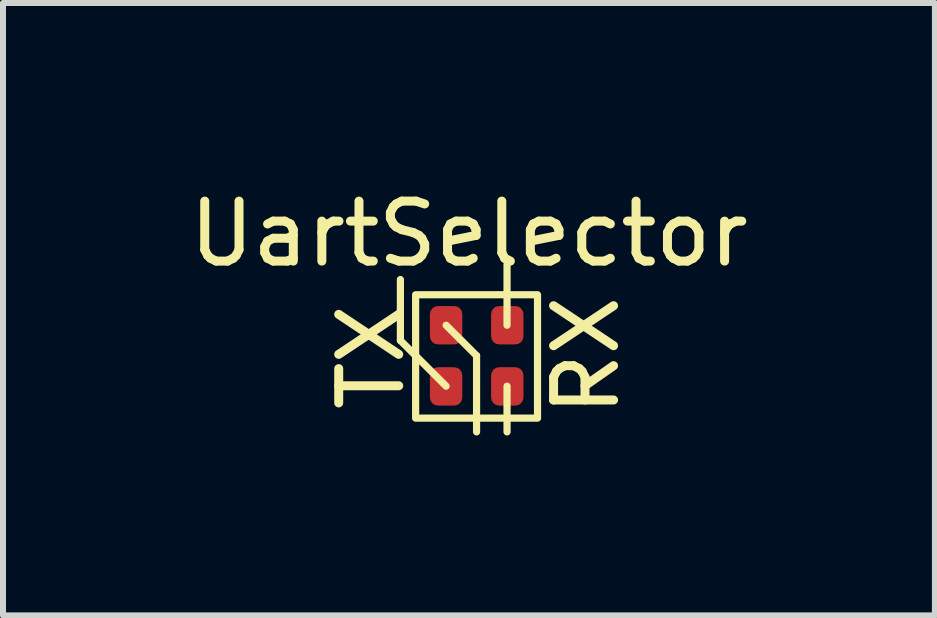
<source format=kicad_pcb>
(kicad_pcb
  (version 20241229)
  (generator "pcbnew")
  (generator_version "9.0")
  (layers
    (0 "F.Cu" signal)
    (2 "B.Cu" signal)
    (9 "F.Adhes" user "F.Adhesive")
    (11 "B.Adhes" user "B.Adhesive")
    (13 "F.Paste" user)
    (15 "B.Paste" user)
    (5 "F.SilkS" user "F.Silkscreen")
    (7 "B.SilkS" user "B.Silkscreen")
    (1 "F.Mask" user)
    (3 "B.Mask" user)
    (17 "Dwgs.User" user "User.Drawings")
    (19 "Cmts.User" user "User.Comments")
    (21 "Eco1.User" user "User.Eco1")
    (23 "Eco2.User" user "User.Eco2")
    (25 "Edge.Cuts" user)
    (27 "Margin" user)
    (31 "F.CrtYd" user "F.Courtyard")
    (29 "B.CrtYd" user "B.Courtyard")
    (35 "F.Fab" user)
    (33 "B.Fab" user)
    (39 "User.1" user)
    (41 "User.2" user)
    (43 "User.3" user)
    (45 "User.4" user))
  (footprint "UartSelector"
    (layer "F.Cu")
    (at 4.387 2.372)
    (property "Reference" "UartSelector" (at 0.381 -1.524 0) (unlocked yes) (layer "F.SilkS") (effects (font (size 1 1) (thickness 0.15))))
    (attr smd)
    (fp_line (start -0.762 0.254) (end -0.762 -0.762) (stroke (width 0.12) (type solid)) (layer "F.SilkS"))
    (fp_line (start 0 0) (end 0.508 0.508) (stroke (width 0.12) (type solid)) (layer "F.SilkS"))
    (fp_line (start 0 1.016) (end -0.762 0.254) (stroke (width 0.12) (type solid)) (layer "F.SilkS"))
    (fp_line (start 0.508 0.508) (end 0.508 1.778) (stroke (width 0.12) (type solid)) (layer "F.SilkS"))
    (fp_line (start 1.016 0) (end 1.016 -1.016) (stroke (width 0.12) (type solid)) (layer "F.SilkS"))
    (fp_line (start 1.016 1.016) (end 1.016 1.778) (stroke (width 0.12) (type solid)) (layer "F.SilkS"))
    (fp_rect (start -0.508 -0.508) (end 1.524 1.549) (stroke (width 0.12) (type solid)) (fill no) (layer "F.SilkS"))
    (fp_text user "RX" (at 2.337 0.508 90) (unlocked yes) (layer "F.SilkS") (effects (font (size 1 1) (thickness 0.15))))
    (fp_text user "TX" (at -1.245 0.533 90) (unlocked yes) (layer "F.SilkS") (effects (font (size 1 1) (thickness 0.15))))
    (pad "1" smd roundrect (at 0 1.02) (size 0.54 0.64) (layers "F.Cu" "F.Mask" "F.Paste") (roundrect_rratio 0.25))
    (pad "2" smd roundrect (at 0 0) (size 0.54 0.64) (layers "F.Cu" "F.Mask" "F.Paste") (roundrect_rratio 0.25))
    (pad "3" smd roundrect (at 1.02 1.02) (size 0.54 0.64) (layers "F.Cu" "F.Mask" "F.Paste") (roundrect_rratio 0.25))
    (pad "4" smd roundrect (at 1.02 0) (size 0.54 0.64) (layers "F.Cu" "F.Mask" "F.Paste") (roundrect_rratio 0.25)))
  (gr_rect
    (start -3 -3)
    (end 12.536 7.21)
    (stroke (width 0.1) (type default))
    (fill no)
    (layer "Edge.Cuts")))
</source>
